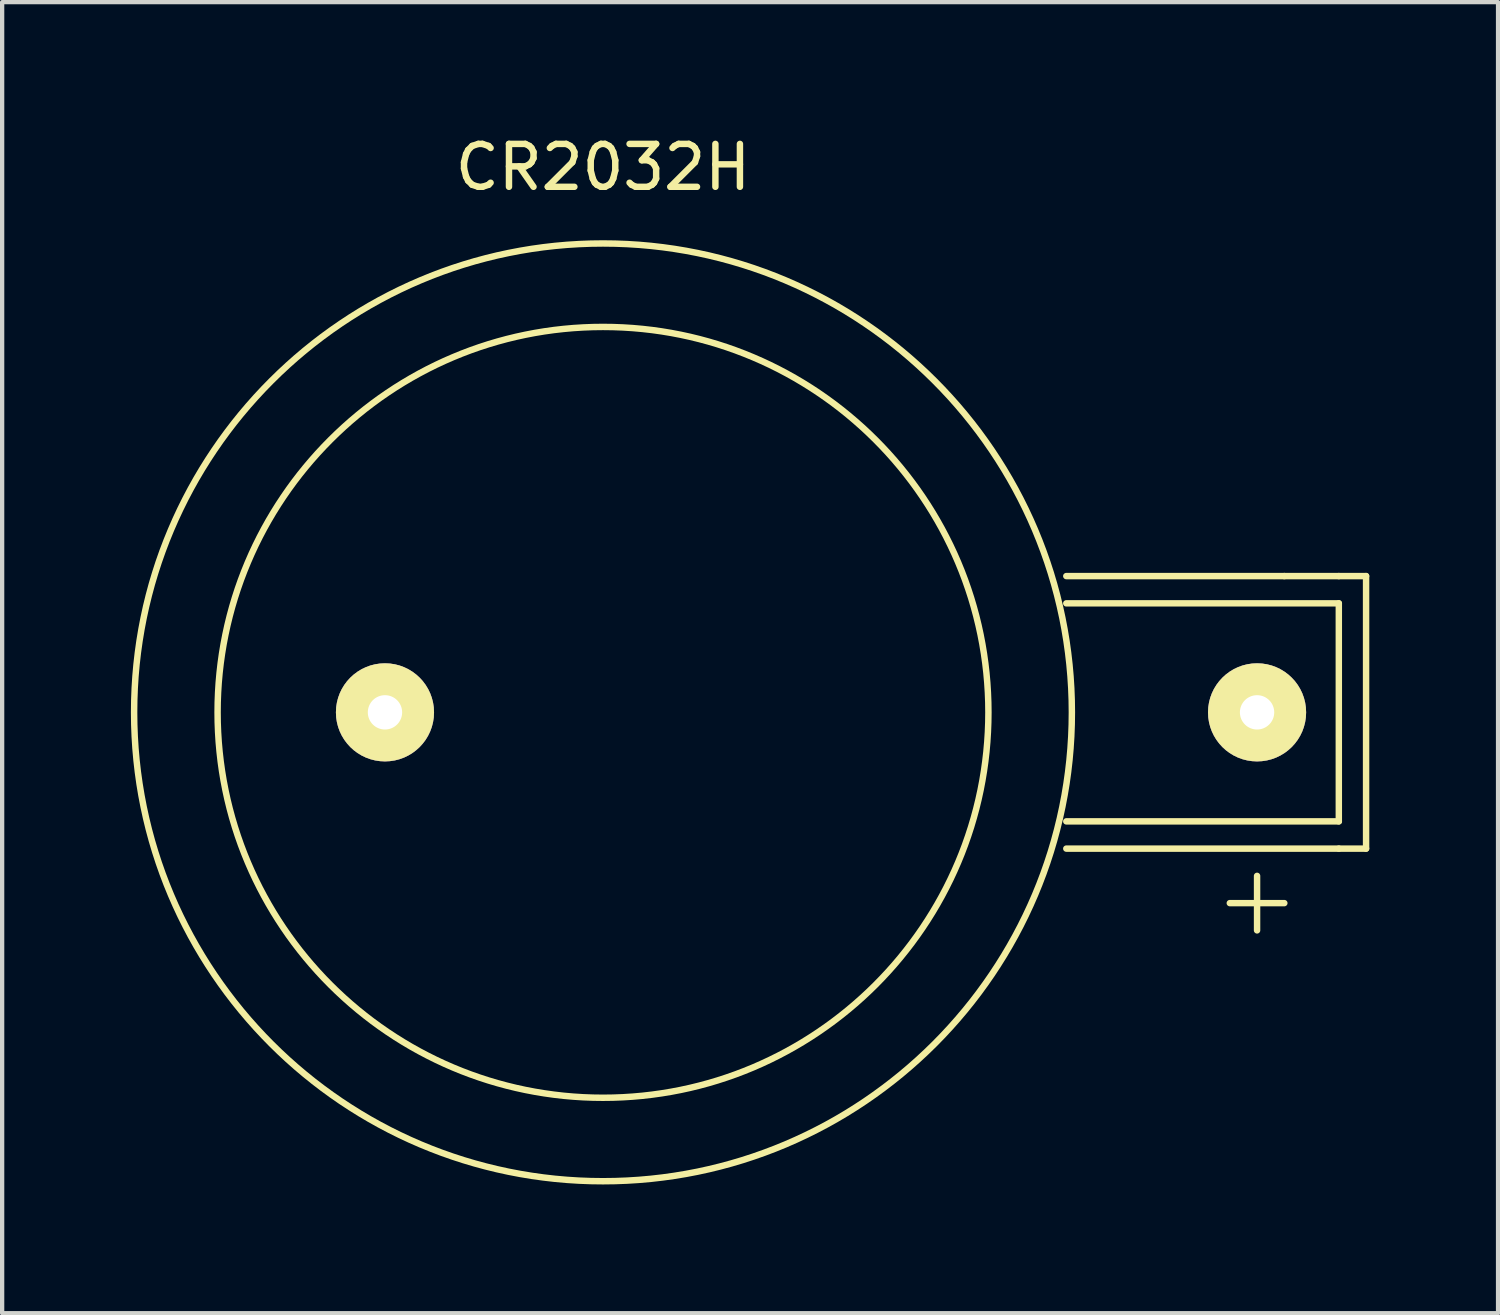
<source format=kicad_pcb>
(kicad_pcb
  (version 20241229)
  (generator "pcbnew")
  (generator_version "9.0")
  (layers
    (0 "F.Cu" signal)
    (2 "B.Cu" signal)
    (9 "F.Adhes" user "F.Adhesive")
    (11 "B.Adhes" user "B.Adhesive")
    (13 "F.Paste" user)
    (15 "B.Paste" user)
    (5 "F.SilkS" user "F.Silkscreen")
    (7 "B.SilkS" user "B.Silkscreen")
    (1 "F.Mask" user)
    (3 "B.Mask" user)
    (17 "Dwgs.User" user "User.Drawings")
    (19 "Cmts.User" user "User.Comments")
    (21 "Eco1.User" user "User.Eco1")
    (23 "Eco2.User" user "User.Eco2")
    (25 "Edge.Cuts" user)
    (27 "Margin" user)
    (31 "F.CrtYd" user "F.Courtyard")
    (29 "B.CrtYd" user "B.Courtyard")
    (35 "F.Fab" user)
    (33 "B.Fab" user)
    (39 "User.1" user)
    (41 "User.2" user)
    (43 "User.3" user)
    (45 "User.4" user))
  (footprint "CR2032H"
    (layer "F.Cu")
    (at 11 13.548)
    (property "Reference" "CR2032H" (at 0 -12.7 0) (layer "F.SilkS") (effects (font (size 1 1) (thickness 0.15))))
    (attr through_hole)
    (fp_line (start 10.795 -3.175) (end 15.875 -3.175) (stroke (width 0.15) (type solid)) (layer "F.SilkS"))
    (fp_line (start 10.795 -2.54) (end 17.145 -2.54) (stroke (width 0.15) (type solid)) (layer "F.SilkS"))
    (fp_line (start 14.605 4.445) (end 15.875 4.445) (stroke (width 0.15) (type solid)) (layer "F.SilkS"))
    (fp_line (start 15.24 3.81) (end 15.24 5.08) (stroke (width 0.15) (type solid)) (layer "F.SilkS"))
    (fp_line (start 15.875 -3.175) (end 17.145 -3.175) (stroke (width 0.15) (type solid)) (layer "F.SilkS"))
    (fp_line (start 17.145 -3.175) (end 17.78 -3.175) (stroke (width 0.15) (type solid)) (layer "F.SilkS"))
    (fp_line (start 17.145 -2.54) (end 17.145 2.54) (stroke (width 0.15) (type solid)) (layer "F.SilkS"))
    (fp_line (start 17.145 2.54) (end 10.795 2.54) (stroke (width 0.15) (type solid)) (layer "F.SilkS"))
    (fp_line (start 17.145 3.175) (end 10.795 3.175) (stroke (width 0.15) (type solid)) (layer "F.SilkS"))
    (fp_line (start 17.78 -3.175) (end 17.78 3.175) (stroke (width 0.15) (type solid)) (layer "F.SilkS"))
    (fp_line (start 17.78 3.175) (end 17.145 3.175) (stroke (width 0.15) (type solid)) (layer "F.SilkS"))
    (fp_circle (center 0 0) (end -1.27 -8.89) (stroke (width 0.15) (type solid)) (fill no) (layer "F.SilkS"))
    (fp_circle (center 0 0) (end 6.35 8.89) (stroke (width 0.15) (type solid)) (fill no) (layer "F.SilkS"))
    (pad "1" thru_hole circle (at 15.24 0) (size 2.286 2.286) (drill 0.8) (layers "*.Cu" "*.Mask" "F.SilkS"))
    (pad "2" thru_hole circle (at -5.08 0) (size 2.286 2.286) (drill 0.8) (layers "*.Cu" "*.Mask" "F.SilkS")))
  (gr_rect
    (start -3 -3)
    (end 31.855 27.548)
    (stroke (width 0.1) (type default))
    (fill no)
    (layer "Edge.Cuts")))
</source>
